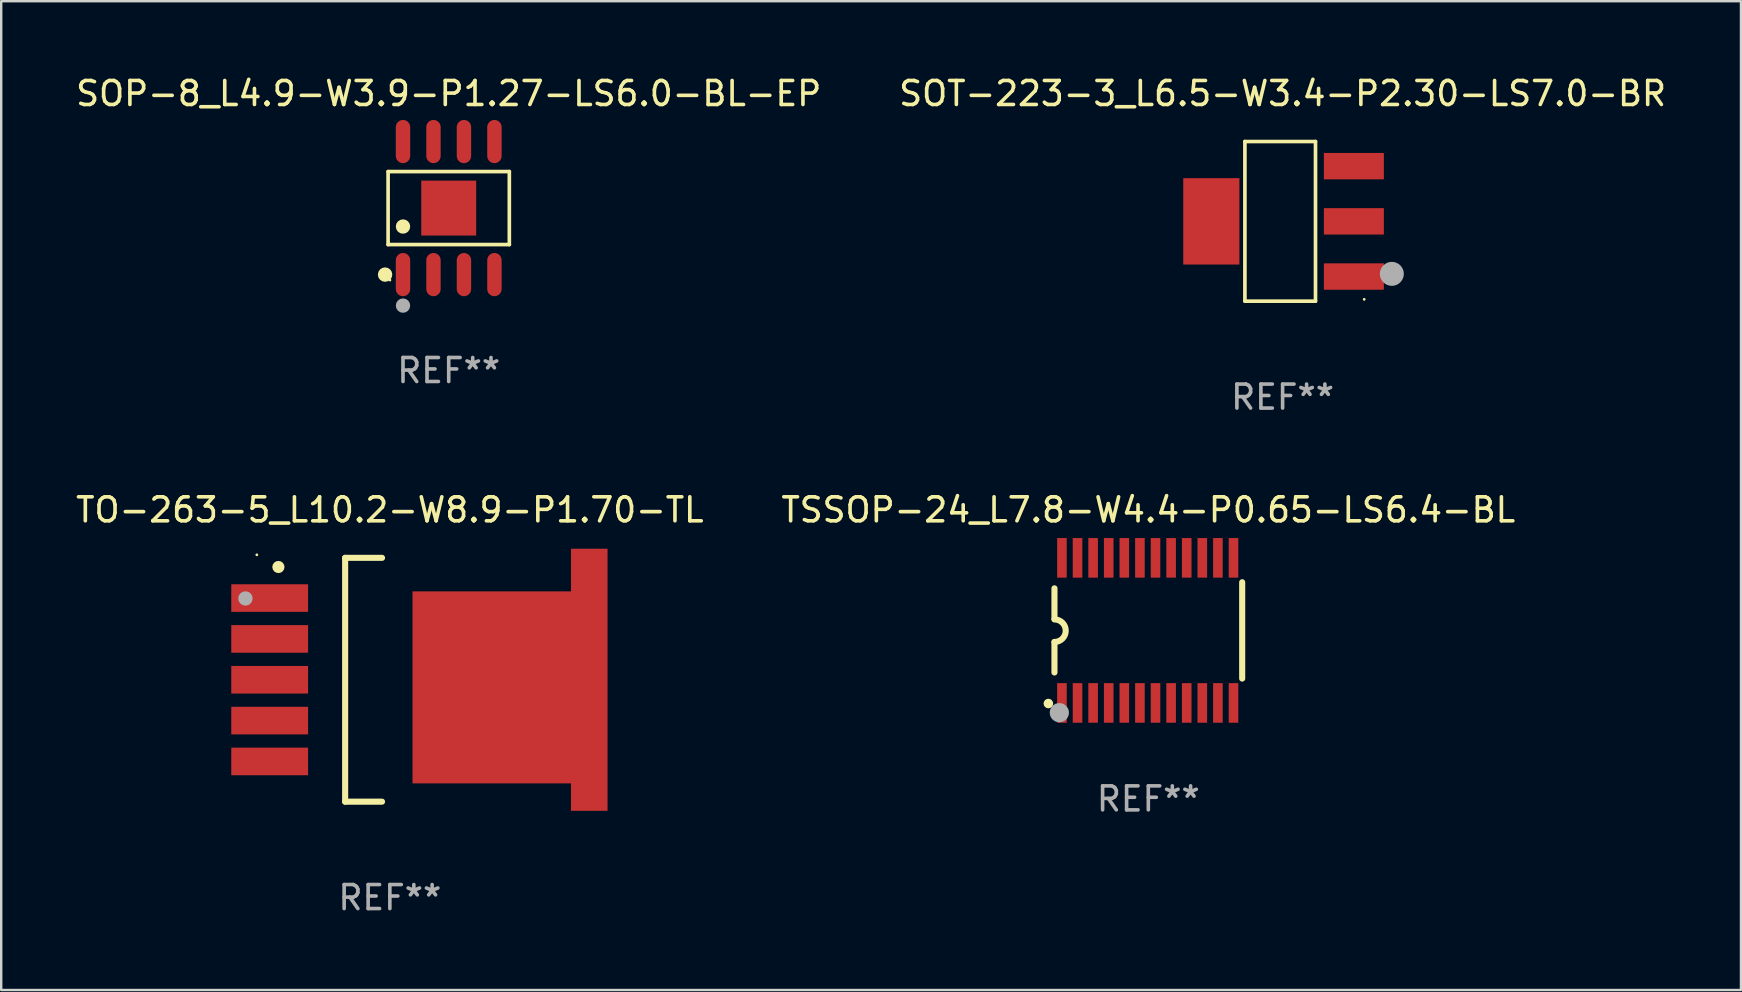
<source format=kicad_pcb>
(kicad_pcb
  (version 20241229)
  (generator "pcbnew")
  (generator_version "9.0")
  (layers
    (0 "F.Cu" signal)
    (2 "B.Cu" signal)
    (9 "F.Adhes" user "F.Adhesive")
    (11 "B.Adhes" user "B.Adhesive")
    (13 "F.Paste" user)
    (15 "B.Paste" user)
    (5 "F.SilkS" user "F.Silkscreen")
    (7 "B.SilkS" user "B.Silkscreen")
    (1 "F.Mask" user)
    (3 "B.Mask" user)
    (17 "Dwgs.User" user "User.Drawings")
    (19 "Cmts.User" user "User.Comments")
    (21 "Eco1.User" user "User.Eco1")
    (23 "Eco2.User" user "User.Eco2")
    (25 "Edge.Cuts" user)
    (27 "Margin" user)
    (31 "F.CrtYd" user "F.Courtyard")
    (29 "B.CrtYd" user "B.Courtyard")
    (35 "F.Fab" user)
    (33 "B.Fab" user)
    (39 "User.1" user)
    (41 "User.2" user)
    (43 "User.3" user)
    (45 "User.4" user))
  (footprint "SOP-8_L4.9-W3.9-P1.27-LS6.0-BL-EP"
    (layer "F.Cu")
    (at 15.649 5.621)
    (property "Reference" "SOP-8_L4.9-W3.9-P1.27-LS6.0-BL-EP" (at 0 -4.772 0) (layer "F.SilkS") (effects (font (size 1 1) (thickness 0.15))))
    (attr through_hole)
    (fp_line (start -2.526 -1.521) (end 2.526 -1.521) (stroke (width 0.152) (type solid)) (layer "F.SilkS"))
    (fp_line (start -2.526 1.521) (end -2.526 -1.521) (stroke (width 0.152) (type solid)) (layer "F.SilkS"))
    (fp_line (start 2.526 -1.521) (end 2.526 1.521) (stroke (width 0.152) (type solid)) (layer "F.SilkS"))
    (fp_line (start 2.526 1.521) (end -2.526 1.521) (stroke (width 0.152) (type solid)) (layer "F.SilkS"))
    (fp_circle (center -2.652 2.772) (end -2.501 2.772) (stroke (width 0.3) (type solid)) (fill no) (layer "F.SilkS"))
    (fp_circle (center -2.45 3) (end -2.42 3) (stroke (width 0.06) (type solid)) (fill no) (layer "F.SilkS"))
    (fp_circle (center -1.905 0.769) (end -1.755 0.769) (stroke (width 0.3) (type solid)) (fill no) (layer "F.SilkS"))
    (fp_circle (center -1.905 4.064) (end -1.755 4.064) (stroke (width 0.3) (type solid)) (fill no) (layer "F.Fab"))
    (fp_text user "REF**" (at 0 6.772 0) (layer "F.Fab") (effects (font (size 1 1) (thickness 0.15))))
    (pad "1" smd oval (at -1.905 2.772) (size 0.6 1.8) (layers "F.Cu" "F.Mask" "F.Paste"))
    (pad "2" smd oval (at -0.635 2.772) (size 0.6 1.8) (layers "F.Cu" "F.Mask" "F.Paste"))
    (pad "3" smd oval (at 0.635 2.772) (size 0.6 1.8) (layers "F.Cu" "F.Mask" "F.Paste"))
    (pad "4" smd oval (at 1.905 2.772) (size 0.6 1.8) (layers "F.Cu" "F.Mask" "F.Paste"))
    (pad "5" smd oval (at 1.905 -2.772) (size 0.6 1.8) (layers "F.Cu" "F.Mask" "F.Paste"))
    (pad "6" smd oval (at 0.635 -2.772) (size 0.6 1.8) (layers "F.Cu" "F.Mask" "F.Paste"))
    (pad "7" smd oval (at -0.635 -2.772) (size 0.6 1.8) (layers "F.Cu" "F.Mask" "F.Paste"))
    (pad "8" smd oval (at -1.905 -2.772) (size 0.6 1.8) (layers "F.Cu" "F.Mask" "F.Paste"))
    (pad "9" smd rect (at 0 0) (size 2.29 2.29) (layers "F.Cu" "F.Mask" "F.Paste")))
  (footprint "TO-263-5_L10.2-W8.9-P1.70-TL"
    (layer "F.Cu")
    (at 13.196 25.277)
    (property "Reference" "TO-263-5_L10.2-W8.9-P1.70-TL" (at 0 -7.08 0) (layer "F.SilkS") (effects (font (size 1 1) (thickness 0.15))))
    (attr through_hole)
    (fp_line (start -1.863 -5.08) (end -0.326 -5.08) (stroke (width 0.254) (type solid)) (layer "F.SilkS"))
    (fp_line (start -1.863 5.08) (end -1.863 -5.08) (stroke (width 0.254) (type solid)) (layer "F.SilkS"))
    (fp_line (start -0.326 5.08) (end -1.863 5.08) (stroke (width 0.254) (type solid)) (layer "F.SilkS"))
    (fp_circle (center -5.543 -5.207) (end -5.513 -5.207) (stroke (width 0.06) (type solid)) (fill no) (layer "F.SilkS"))
    (fp_circle (center -4.644 -4.699) (end -4.517 -4.699) (stroke (width 0.254) (type solid)) (fill no) (layer "F.SilkS"))
    (fp_circle (center -6.018 -3.388) (end -5.868 -3.388) (stroke (width 0.3) (type solid)) (fill no) (layer "F.Fab"))
    (fp_text user "REF**" (at 0 9.08 0) (layer "F.Fab") (effects (font (size 1 1) (thickness 0.15))))
    (pad "1" smd rect (at -5.008 -3.404) (size 3.2 1.15) (layers "F.Cu" "F.Mask" "F.Paste"))
    (pad "2" smd rect (at -5.008 -1.702) (size 3.2 1.15) (layers "F.Cu" "F.Mask" "F.Paste"))
    (pad "3" smd rect (at -5.008 0) (size 3.2 1.15) (layers "F.Cu" "F.Mask" "F.Paste"))
    (pad "4" smd rect (at -5.008 1.702) (size 3.2 1.15) (layers "F.Cu" "F.Mask" "F.Paste"))
    (pad "5" smd rect (at -5.008 3.404) (size 3.2 1.15) (layers "F.Cu" "F.Mask" "F.Paste"))
    (pad "6" smd custom (at 5.008 0.318) (size 0.1 0.1) (layers "F.Cu" "F.Mask" "F.Paste") (options (anchor circle)) (primitives (gr_poly (pts (xy -4.064 -4.001) (xy 2.54 -4.001) (xy 2.54 -5.779) (xy 4.064 -5.779) (xy 4.064 5.144) (xy 2.54 5.144) (xy 2.54 4) (xy -4.064 4)) (width 0) (fill yes)))))
  (footprint "SOT-223-3_L6.5-W3.4-P2.30-LS7.0-BR"
    (layer "F.Cu")
    (at 50.399 6.174)
    (property "Reference" "SOT-223-3_L6.5-W3.4-P2.30-LS7.0-BR" (at -0.000013 -5.326 0) (layer "F.SilkS") (effects (font (size 1 1) (thickness 0.15))))
    (attr through_hole)
    (fp_line (start -1.571 -3.326) (end 1.371 -3.326) (stroke (width 0.152) (type solid)) (layer "F.SilkS"))
    (fp_line (start -1.571 3.326) (end -1.571 -3.326) (stroke (width 0.152) (type solid)) (layer "F.SilkS"))
    (fp_line (start 1.371 -3.326) (end 1.371 3.326) (stroke (width 0.152) (type solid)) (layer "F.SilkS"))
    (fp_line (start 1.371 3.326) (end -1.571 3.326) (stroke (width 0.152) (type solid)) (layer "F.SilkS"))
    (fp_circle (center 3.4 3.25) (end 3.43 3.25) (stroke (width 0.06) (type solid)) (fill no) (layer "F.SilkS"))
    (fp_circle (center 4.552 2.188) (end 4.802 2.188) (stroke (width 0.5) (type solid)) (fill no) (layer "F.Fab"))
    (fp_text user "REF**" (at -0.000013 7.326 0) (layer "F.Fab") (effects (font (size 1 1) (thickness 0.15))))
    (pad "1" smd rect (at 2.97 2.3) (size 2.5 1.1) (layers "F.Cu" "F.Mask" "F.Paste"))
    (pad "2" smd rect (at 2.97 0) (size 2.5 1.1) (layers "F.Cu" "F.Mask" "F.Paste"))
    (pad "3" smd rect (at 2.97 -2.3) (size 2.5 1.1) (layers "F.Cu" "F.Mask" "F.Paste"))
    (pad "4" smd rect (at -2.97 0) (size 2.34 3.6) (layers "F.Cu" "F.Mask" "F.Paste")))
  (footprint "TSSOP-24_L7.8-W4.4-P0.65-LS6.4-BL"
    (layer "F.Cu")
    (at 44.778 23.22)
    (property "Reference" "TSSOP-24_L7.8-W4.4-P0.65-LS6.4-BL" (at 0.025 -5.023 0) (layer "F.SilkS") (effects (font (size 1 1) (thickness 0.15))))
    (attr through_hole)
    (fp_line (start -3.886 -0.483) (end -3.886 -1.753) (stroke (width 0.254) (type solid)) (layer "F.SilkS"))
    (fp_line (start -3.886 1.753) (end -3.886 0.483) (stroke (width 0.254) (type solid)) (layer "F.SilkS"))
    (fp_line (start 3.937 -2.007) (end 3.937 2.007) (stroke (width 0.254) (type solid)) (layer "F.SilkS"))
    (fp_arc (start -3.886208 -0.457201) (mid -3.416307 0.0127) (end -3.886208 0.482601) (stroke (width 0.254001) (type solid)) (layer "F.SilkS"))
    (fp_circle (center -4.14 3.048) (end -4.04 3.048) (stroke (width 0.2) (type solid)) (fill no) (layer "F.SilkS"))
    (fp_circle (center -3.9 3.186) (end -3.87 3.186) (stroke (width 0.06) (type solid)) (fill no) (layer "F.SilkS"))
    (fp_circle (center -3.683 3.429) (end -3.483 3.429) (stroke (width 0.4) (type solid)) (fill no) (layer "F.Fab"))
    (fp_text user "REF**" (at 0.025 7.023 0) (layer "F.Fab") (effects (font (size 1 1) (thickness 0.15))))
    (pad "1" smd rect (at -3.575 3.023) (size 0.4 1.65) (layers "F.Cu" "F.Mask" "F.Paste"))
    (pad "2" smd rect (at -2.925 3.023) (size 0.4 1.65) (layers "F.Cu" "F.Mask" "F.Paste"))
    (pad "3" smd rect (at -2.275 3.023) (size 0.4 1.65) (layers "F.Cu" "F.Mask" "F.Paste"))
    (pad "4" smd rect (at -1.625 3.023) (size 0.4 1.65) (layers "F.Cu" "F.Mask" "F.Paste"))
    (pad "5" smd rect (at -0.975 3.023) (size 0.4 1.65) (layers "F.Cu" "F.Mask" "F.Paste"))
    (pad "6" smd rect (at -0.325 3.023) (size 0.4 1.65) (layers "F.Cu" "F.Mask" "F.Paste"))
    (pad "7" smd rect (at 0.325 3.023) (size 0.4 1.65) (layers "F.Cu" "F.Mask" "F.Paste"))
    (pad "8" smd rect (at 0.975 3.023) (size 0.4 1.65) (layers "F.Cu" "F.Mask" "F.Paste"))
    (pad "9" smd rect (at 1.625 3.023) (size 0.4 1.65) (layers "F.Cu" "F.Mask" "F.Paste"))
    (pad "10" smd rect (at 2.275 3.023) (size 0.4 1.65) (layers "F.Cu" "F.Mask" "F.Paste"))
    (pad "11" smd rect (at 2.925 3.023) (size 0.4 1.65) (layers "F.Cu" "F.Mask" "F.Paste"))
    (pad "12" smd rect (at 3.575 3.023) (size 0.4 1.65) (layers "F.Cu" "F.Mask" "F.Paste"))
    (pad "13" smd rect (at 3.575 -3.023) (size 0.4 1.65) (layers "F.Cu" "F.Mask" "F.Paste"))
    (pad "14" smd rect (at 2.925 -3.023) (size 0.4 1.65) (layers "F.Cu" "F.Mask" "F.Paste"))
    (pad "15" smd rect (at 2.275 -3.023) (size 0.4 1.65) (layers "F.Cu" "F.Mask" "F.Paste"))
    (pad "16" smd rect (at 1.625 -3.023) (size 0.4 1.65) (layers "F.Cu" "F.Mask" "F.Paste"))
    (pad "17" smd rect (at 0.975 -3.023) (size 0.4 1.65) (layers "F.Cu" "F.Mask" "F.Paste"))
    (pad "18" smd rect (at 0.325 -3.023) (size 0.4 1.65) (layers "F.Cu" "F.Mask" "F.Paste"))
    (pad "19" smd rect (at -0.325 -3.023) (size 0.4 1.65) (layers "F.Cu" "F.Mask" "F.Paste"))
    (pad "20" smd rect (at -0.975 -3.023) (size 0.4 1.65) (layers "F.Cu" "F.Mask" "F.Paste"))
    (pad "21" smd rect (at -1.625 -3.023) (size 0.4 1.65) (layers "F.Cu" "F.Mask" "F.Paste"))
    (pad "22" smd rect (at -2.275 -3.023) (size 0.4 1.65) (layers "F.Cu" "F.Mask" "F.Paste"))
    (pad "23" smd rect (at -2.925 -3.023) (size 0.4 1.65) (layers "F.Cu" "F.Mask" "F.Paste"))
    (pad "24" smd rect (at -3.575 -3.023) (size 0.4 1.65) (layers "F.Cu" "F.Mask" "F.Paste")))
  (gr_rect
    (start -3 -3)
    (end 69.5 38.205)
    (stroke (width 0.1) (type default))
    (fill no)
    (layer "Edge.Cuts")))
</source>
